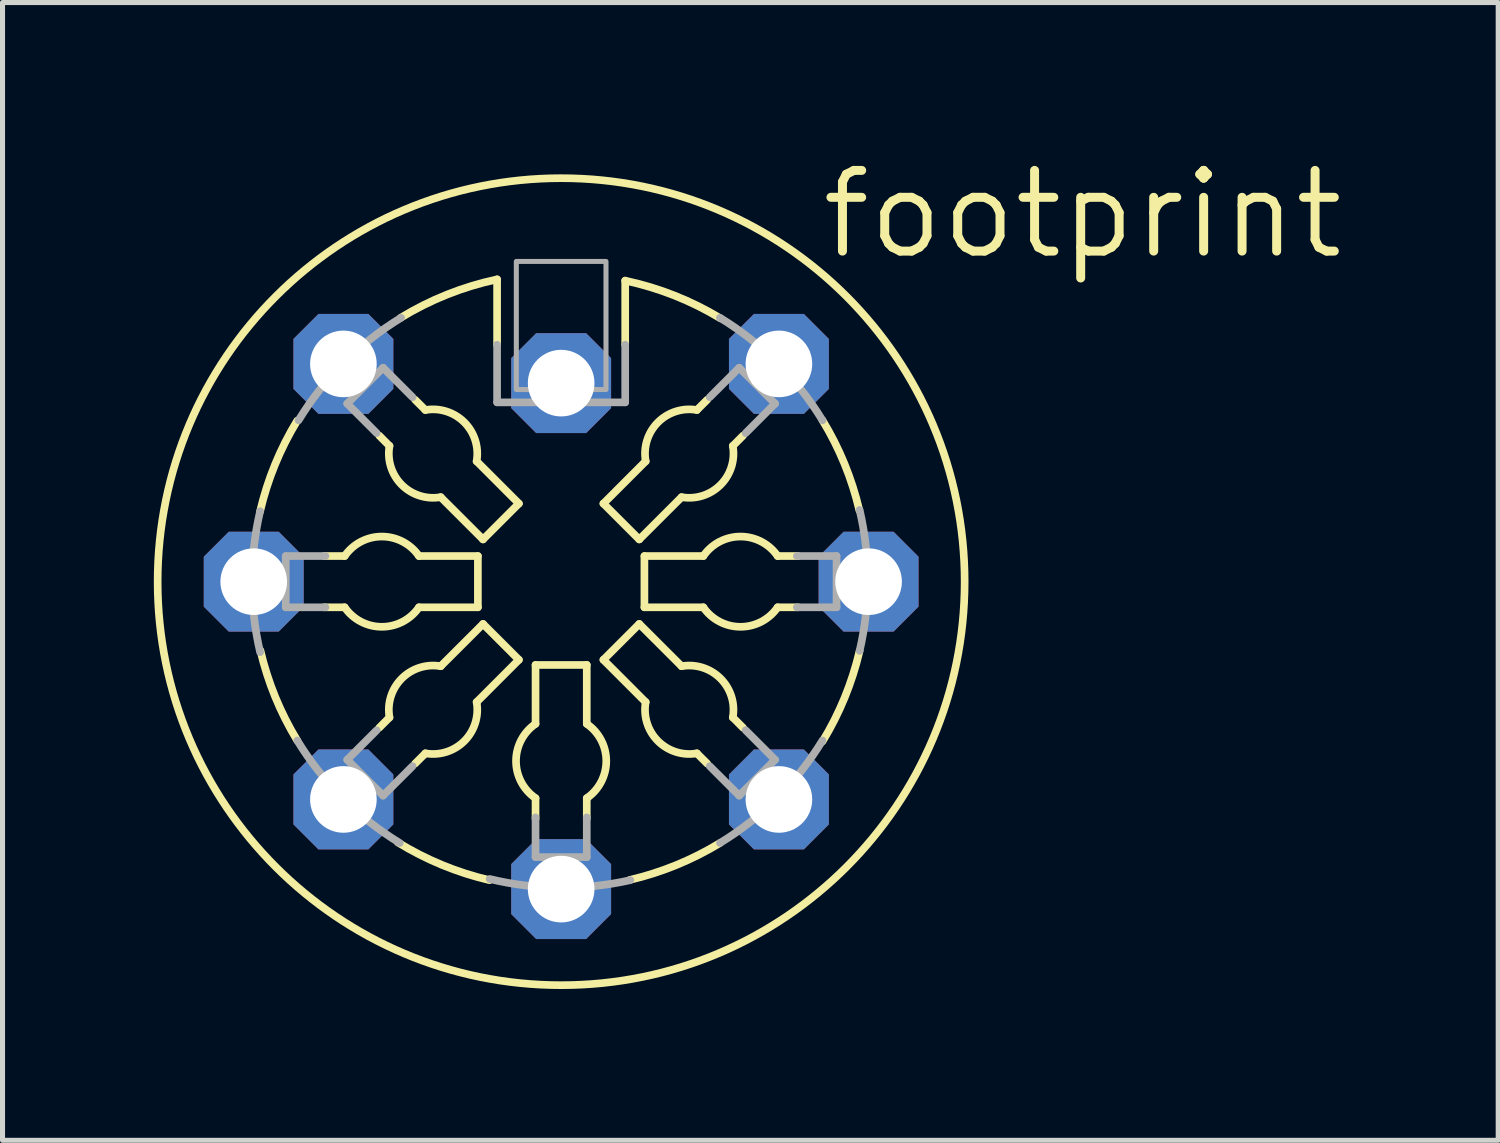
<source format=kicad_pcb>
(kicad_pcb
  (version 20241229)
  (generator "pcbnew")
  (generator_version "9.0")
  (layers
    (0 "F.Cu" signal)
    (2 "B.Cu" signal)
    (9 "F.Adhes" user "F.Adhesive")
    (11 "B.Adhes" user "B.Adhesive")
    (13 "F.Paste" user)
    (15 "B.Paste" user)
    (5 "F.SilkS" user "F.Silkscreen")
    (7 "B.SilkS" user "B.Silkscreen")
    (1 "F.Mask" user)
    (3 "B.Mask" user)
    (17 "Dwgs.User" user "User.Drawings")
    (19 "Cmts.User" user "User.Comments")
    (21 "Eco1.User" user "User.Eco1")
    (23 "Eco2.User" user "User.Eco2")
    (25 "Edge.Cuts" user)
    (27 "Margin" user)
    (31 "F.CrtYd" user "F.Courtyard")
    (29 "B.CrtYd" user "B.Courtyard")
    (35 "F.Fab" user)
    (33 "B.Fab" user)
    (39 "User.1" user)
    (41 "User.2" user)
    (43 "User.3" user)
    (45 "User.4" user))
  (footprint "footprint"
    (layer "F.Cu")
    (at 8.077 8.484)
    (property "Reference" "footprint" (at 5.08 -6.35 0) (layer "F.SilkS") (effects (font (size 1.6 1.6) (thickness 0.178)) (justify left bottom)))
    (fp_line (start -4.699 -0.508) (end -4.293 -0.508) (stroke (width 0.152) (type solid)) (layer "F.SilkS"))
    (fp_line (start -4.293 0.508) (end -4.699 0.508) (stroke (width 0.152) (type solid)) (layer "F.SilkS"))
    (fp_line (start -3.607 2.896) (end -3.404 2.692) (stroke (width 0.152) (type solid)) (layer "F.SilkS"))
    (fp_line (start -3.404 -2.692) (end -3.607 -2.896) (stroke (width 0.152) (type solid)) (layer "F.SilkS"))
    (fp_line (start -2.896 -3.607) (end -2.692 -3.404) (stroke (width 0.152) (type solid)) (layer "F.SilkS"))
    (fp_line (start -2.819 -0.508) (end -1.651 -0.508) (stroke (width 0.152) (type solid)) (layer "F.SilkS"))
    (fp_line (start -2.692 3.404) (end -2.896 3.607) (stroke (width 0.152) (type solid)) (layer "F.SilkS"))
    (fp_line (start -2.388 1.676) (end -1.549 0.838) (stroke (width 0.152) (type solid)) (layer "F.SilkS"))
    (fp_line (start -1.676 -2.388) (end -0.838 -1.549) (stroke (width 0.152) (type solid)) (layer "F.SilkS"))
    (fp_line (start -1.651 -0.508) (end -1.651 0.508) (stroke (width 0.152) (type solid)) (layer "F.SilkS"))
    (fp_line (start -1.651 0.508) (end -2.819 0.508) (stroke (width 0.152) (type solid)) (layer "F.SilkS"))
    (fp_line (start -1.549 -0.838) (end -2.388 -1.676) (stroke (width 0.152) (type solid)) (layer "F.SilkS"))
    (fp_line (start -1.549 0.838) (end -0.838 1.549) (stroke (width 0.152) (type solid)) (layer "F.SilkS"))
    (fp_line (start -1.27 -4.699) (end -1.27 -5.994) (stroke (width 0.152) (type solid)) (layer "F.SilkS"))
    (fp_line (start -0.838 -1.549) (end -1.549 -0.838) (stroke (width 0.152) (type solid)) (layer "F.SilkS"))
    (fp_line (start -0.838 1.549) (end -1.676 2.388) (stroke (width 0.152) (type solid)) (layer "F.SilkS"))
    (fp_line (start -0.508 1.651) (end 0.508 1.651) (stroke (width 0.152) (type solid)) (layer "F.SilkS"))
    (fp_line (start -0.508 2.819) (end -0.508 1.651) (stroke (width 0.152) (type solid)) (layer "F.SilkS"))
    (fp_line (start -0.508 4.699) (end -0.508 4.293) (stroke (width 0.152) (type solid)) (layer "F.SilkS"))
    (fp_line (start 0.508 1.651) (end 0.508 2.819) (stroke (width 0.152) (type solid)) (layer "F.SilkS"))
    (fp_line (start 0.508 4.293) (end 0.508 4.699) (stroke (width 0.152) (type solid)) (layer "F.SilkS"))
    (fp_line (start 0.838 -1.549) (end 1.676 -2.388) (stroke (width 0.152) (type solid)) (layer "F.SilkS"))
    (fp_line (start 0.838 1.549) (end 1.549 0.838) (stroke (width 0.152) (type solid)) (layer "F.SilkS"))
    (fp_line (start 1.27 -4.699) (end 1.27 -5.969) (stroke (width 0.152) (type solid)) (layer "F.SilkS"))
    (fp_line (start 1.549 -0.838) (end 0.838 -1.549) (stroke (width 0.152) (type solid)) (layer "F.SilkS"))
    (fp_line (start 1.549 0.838) (end 2.388 1.676) (stroke (width 0.152) (type solid)) (layer "F.SilkS"))
    (fp_line (start 1.651 -0.508) (end 2.819 -0.508) (stroke (width 0.152) (type solid)) (layer "F.SilkS"))
    (fp_line (start 1.651 0.508) (end 1.651 -0.508) (stroke (width 0.152) (type solid)) (layer "F.SilkS"))
    (fp_line (start 1.676 2.388) (end 0.838 1.549) (stroke (width 0.152) (type solid)) (layer "F.SilkS"))
    (fp_line (start 2.388 -1.676) (end 1.549 -0.838) (stroke (width 0.152) (type solid)) (layer "F.SilkS"))
    (fp_line (start 2.692 -3.404) (end 2.896 -3.607) (stroke (width 0.152) (type solid)) (layer "F.SilkS"))
    (fp_line (start 2.819 0.508) (end 1.651 0.508) (stroke (width 0.152) (type solid)) (layer "F.SilkS"))
    (fp_line (start 2.896 3.607) (end 2.692 3.404) (stroke (width 0.152) (type solid)) (layer "F.SilkS"))
    (fp_line (start 3.404 2.692) (end 3.607 2.896) (stroke (width 0.152) (type solid)) (layer "F.SilkS"))
    (fp_line (start 3.607 -2.896) (end 3.404 -2.692) (stroke (width 0.152) (type solid)) (layer "F.SilkS"))
    (fp_line (start 4.293 -0.508) (end 4.699 -0.508) (stroke (width 0.152) (type solid)) (layer "F.SilkS"))
    (fp_line (start 4.699 0.508) (end 4.293 0.508) (stroke (width 0.152) (type solid)) (layer "F.SilkS"))
    (fp_arc (start -5.969 -1.397) (mid -5.672906 -2.323497) (end -5.234 -3.1915) (stroke (width 0.1524) (type solid)) (layer "F.SilkS"))
    (fp_arc (start -5.2324 3.1496) (mid -5.669034 2.286095) (end -5.9636 1.3644) (stroke (width 0.1524) (type solid)) (layer "F.SilkS"))
    (fp_arc (start -4.2926 -0.508) (mid -3.556 -0.894785) (end -2.8194 -0.508) (stroke (width 0.1524) (type solid)) (layer "F.SilkS"))
    (fp_arc (start -3.4036 2.6924) (mid -3.160093 1.919906) (end -2.3876 1.676399) (stroke (width 0.1524) (type solid)) (layer "F.SilkS"))
    (fp_arc (start -3.1822 -5.2326) (mid -2.25845 -5.694702) (end -1.27 -5.9944) (stroke (width 0.1524) (type solid)) (layer "F.SilkS"))
    (fp_arc (start -2.8194 0.508) (mid -3.556 0.894785) (end -4.2926 0.508) (stroke (width 0.1524) (type solid)) (layer "F.SilkS"))
    (fp_arc (start -2.6924 -3.4036) (mid -1.919906 -3.160093) (end -1.676399 -2.3876) (stroke (width 0.1524) (type solid)) (layer "F.SilkS"))
    (fp_arc (start -2.3876 -1.676399) (mid -3.160093 -1.919906) (end -3.4036 -2.6924) (stroke (width 0.1524) (type solid)) (layer "F.SilkS"))
    (fp_arc (start -1.676399 2.3876) (mid -1.919906 3.160093) (end -2.6924 3.4036) (stroke (width 0.1524) (type solid)) (layer "F.SilkS"))
    (fp_arc (start -1.4224 5.9182) (mid -2.360503 5.617342) (end -3.2383 5.1701) (stroke (width 0.1524) (type solid)) (layer "F.SilkS"))
    (fp_arc (start -0.508 4.2926) (mid -0.894785 3.556) (end -0.508 2.8194) (stroke (width 0.1524) (type solid)) (layer "F.SilkS"))
    (fp_arc (start 0.508 2.8194) (mid 0.894785 3.556) (end 0.508 4.2926) (stroke (width 0.1524) (type solid)) (layer "F.SilkS"))
    (fp_arc (start 1.27 -5.969) (mid 2.24632 -5.674138) (end 3.1599 -5.2208) (stroke (width 0.1524) (type solid)) (layer "F.SilkS"))
    (fp_arc (start 1.6764 -2.3876) (mid 1.919907 -3.160092) (end 2.692399 -3.403599) (stroke (width 0.1524) (type solid)) (layer "F.SilkS"))
    (fp_arc (start 2.3876 1.6764) (mid 3.160092 1.919907) (end 3.403599 2.692399) (stroke (width 0.1524) (type solid)) (layer "F.SilkS"))
    (fp_arc (start 2.692399 3.403599) (mid 1.919907 3.160092) (end 1.6764 2.3876) (stroke (width 0.1524) (type solid)) (layer "F.SilkS"))
    (fp_arc (start 2.8194 -0.508) (mid 3.556 -0.894785) (end 4.2926 -0.508) (stroke (width 0.1524) (type solid)) (layer "F.SilkS"))
    (fp_arc (start 3.1496 5.1816) (mid 2.286095 5.618234) (end 1.3644 5.9128) (stroke (width 0.1524) (type solid)) (layer "F.SilkS"))
    (fp_arc (start 3.403599 -2.692399) (mid 3.160092 -1.919907) (end 2.3876 -1.6764) (stroke (width 0.1524) (type solid)) (layer "F.SilkS"))
    (fp_arc (start 4.2926 0.508) (mid 3.556 0.894785) (end 2.8194 0.508) (stroke (width 0.1524) (type solid)) (layer "F.SilkS"))
    (fp_arc (start 5.1816 -3.2004) (mid 5.618234 -2.336895) (end 5.9128 -1.4152) (stroke (width 0.1524) (type solid)) (layer "F.SilkS"))
    (fp_arc (start 5.9182 1.3716) (mid 5.622106 2.298097) (end 5.1832 3.1661) (stroke (width 0.1524) (type solid)) (layer "F.SilkS"))
    (fp_circle (center 0 0) (end 8.001 0) (stroke (width 0.152) (type solid)) (fill no) (layer "F.SilkS"))
    (fp_line (start -5.461 -0.508) (end -4.674 -0.508) (stroke (width 0.152) (type solid)) (layer "F.Fab"))
    (fp_line (start -5.461 0.508) (end -5.461 -0.508) (stroke (width 0.152) (type solid)) (layer "F.Fab"))
    (fp_line (start -4.674 0.508) (end -5.461 0.508) (stroke (width 0.152) (type solid)) (layer "F.Fab"))
    (fp_line (start -4.242 -3.531) (end -3.531 -4.242) (stroke (width 0.152) (type solid)) (layer "F.Fab"))
    (fp_line (start -4.242 3.531) (end -3.658 2.946) (stroke (width 0.152) (type solid)) (layer "F.Fab"))
    (fp_line (start -3.658 -2.946) (end -4.242 -3.531) (stroke (width 0.152) (type solid)) (layer "F.Fab"))
    (fp_line (start -3.531 -4.242) (end -2.946 -3.658) (stroke (width 0.152) (type solid)) (layer "F.Fab"))
    (fp_line (start -3.531 4.242) (end -4.242 3.531) (stroke (width 0.152) (type solid)) (layer "F.Fab"))
    (fp_line (start -2.946 3.658) (end -3.531 4.242) (stroke (width 0.152) (type solid)) (layer "F.Fab"))
    (fp_line (start -1.27 -4.699) (end -1.27 -3.556) (stroke (width 0.152) (type solid)) (layer "F.Fab"))
    (fp_line (start -1.27 -3.556) (end 1.27 -3.556) (stroke (width 0.152) (type solid)) (layer "F.Fab"))
    (fp_line (start -0.508 5.461) (end -0.508 4.674) (stroke (width 0.152) (type solid)) (layer "F.Fab"))
    (fp_line (start 0.508 4.674) (end 0.508 5.461) (stroke (width 0.152) (type solid)) (layer "F.Fab"))
    (fp_line (start 0.508 5.461) (end -0.508 5.461) (stroke (width 0.152) (type solid)) (layer "F.Fab"))
    (fp_line (start 1.27 -3.556) (end 1.27 -4.699) (stroke (width 0.152) (type solid)) (layer "F.Fab"))
    (fp_line (start 2.946 -3.658) (end 3.531 -4.242) (stroke (width 0.152) (type solid)) (layer "F.Fab"))
    (fp_line (start 3.531 -4.242) (end 4.242 -3.531) (stroke (width 0.152) (type solid)) (layer "F.Fab"))
    (fp_line (start 3.531 4.242) (end 2.946 3.658) (stroke (width 0.152) (type solid)) (layer "F.Fab"))
    (fp_line (start 3.658 2.946) (end 4.242 3.531) (stroke (width 0.152) (type solid)) (layer "F.Fab"))
    (fp_line (start 4.242 -3.531) (end 3.658 -2.946) (stroke (width 0.152) (type solid)) (layer "F.Fab"))
    (fp_line (start 4.242 3.531) (end 3.531 4.242) (stroke (width 0.152) (type solid)) (layer "F.Fab"))
    (fp_line (start 4.674 -0.508) (end 5.461 -0.508) (stroke (width 0.152) (type solid)) (layer "F.Fab"))
    (fp_line (start 5.461 -0.508) (end 5.461 0.508) (stroke (width 0.152) (type solid)) (layer "F.Fab"))
    (fp_line (start 5.461 0.508) (end 4.674 0.508) (stroke (width 0.152) (type solid)) (layer "F.Fab"))
    (fp_arc (start -5.969 1.397) (mid -6.130299 0) (end -5.969 -1.397) (stroke (width 0.1524) (type solid)) (layer "F.Fab"))
    (fp_arc (start -5.207 -3.2004) (mid -4.312393 -4.337793) (end -3.175 -5.2324) (stroke (width 0.1524) (type solid)) (layer "F.Fab"))
    (fp_arc (start -3.2004 5.1816) (mid -4.337793 4.286993) (end -5.2324 3.1496) (stroke (width 0.1524) (type solid)) (layer "F.Fab"))
    (fp_arc (start 1.3716 5.9182) (mid -0.023949 6.067919) (end -1.4169 5.8957) (stroke (width 0.1524) (type solid)) (layer "F.Fab"))
    (fp_arc (start 3.1496 -5.2324) (mid 4.286994 -4.337794) (end 5.1816 -3.2004) (stroke (width 0.1524) (type solid)) (layer "F.Fab"))
    (fp_arc (start 5.1816 3.1496) (mid 4.286993 4.286993) (end 3.1496 5.1816) (stroke (width 0.1524) (type solid)) (layer "F.Fab"))
    (fp_arc (start 5.9182 -1.4224) (mid 6.079499 -0.0254) (end 5.9182 1.3716) (stroke (width 0.1524) (type solid)) (layer "F.Fab"))
    (fp_poly (pts (xy -0.889 -3.81) (xy 0.889 -3.81) (xy 0.889 -6.35) (xy -0.889 -6.35)) (stroke (width 0.1) (type solid)) (fill no) (layer "F.Fab"))
    (pad "1" thru_hole roundrect (at 6.096 0) (size 1.981 1.981) (drill 1.321) (layers "*.Cu" "*.Mask") (roundrect_rratio 0.25) (chamfer_ratio 0.25) (chamfer top_left top_right bottom_left bottom_right))
    (pad "2" thru_hole roundrect (at 0 6.096) (size 1.981 1.981) (drill 1.321) (layers "*.Cu" "*.Mask") (roundrect_rratio 0.25) (chamfer_ratio 0.25) (chamfer top_left top_right bottom_left bottom_right))
    (pad "3" thru_hole roundrect (at -6.096 0) (size 1.981 1.981) (drill 1.321) (layers "*.Cu" "*.Mask") (roundrect_rratio 0.25) (chamfer_ratio 0.25) (chamfer top_left top_right bottom_left bottom_right))
    (pad "4" thru_hole roundrect (at 4.318 4.318) (size 1.981 1.981) (drill 1.321) (layers "*.Cu" "*.Mask") (roundrect_rratio 0.25) (chamfer_ratio 0.25) (chamfer top_left top_right bottom_left bottom_right))
    (pad "5" thru_hole roundrect (at -4.318 4.318) (size 1.981 1.981) (drill 1.321) (layers "*.Cu" "*.Mask") (roundrect_rratio 0.25) (chamfer_ratio 0.25) (chamfer top_left top_right bottom_left bottom_right))
    (pad "6" thru_hole roundrect (at 4.318 -4.318) (size 1.981 1.981) (drill 1.321) (layers "*.Cu" "*.Mask") (roundrect_rratio 0.25) (chamfer_ratio 0.25) (chamfer top_left top_right bottom_left bottom_right))
    (pad "7" thru_hole roundrect (at -4.318 -4.318) (size 1.981 1.981) (drill 1.321) (layers "*.Cu" "*.Mask") (roundrect_rratio 0.25) (chamfer_ratio 0.25) (chamfer top_left top_right bottom_left bottom_right))
    (pad "PE" thru_hole roundrect (at 0 -3.937) (size 1.981 1.981) (drill 1.321) (layers "*.Cu" "*.Mask") (roundrect_rratio 0.25) (chamfer_ratio 0.25) (chamfer top_left top_right bottom_left bottom_right)))
  (gr_rect
    (start -3 -3)
    (end 26.658 19.561)
    (stroke (width 0.1) (type default))
    (fill no)
    (layer "Edge.Cuts")))
</source>
